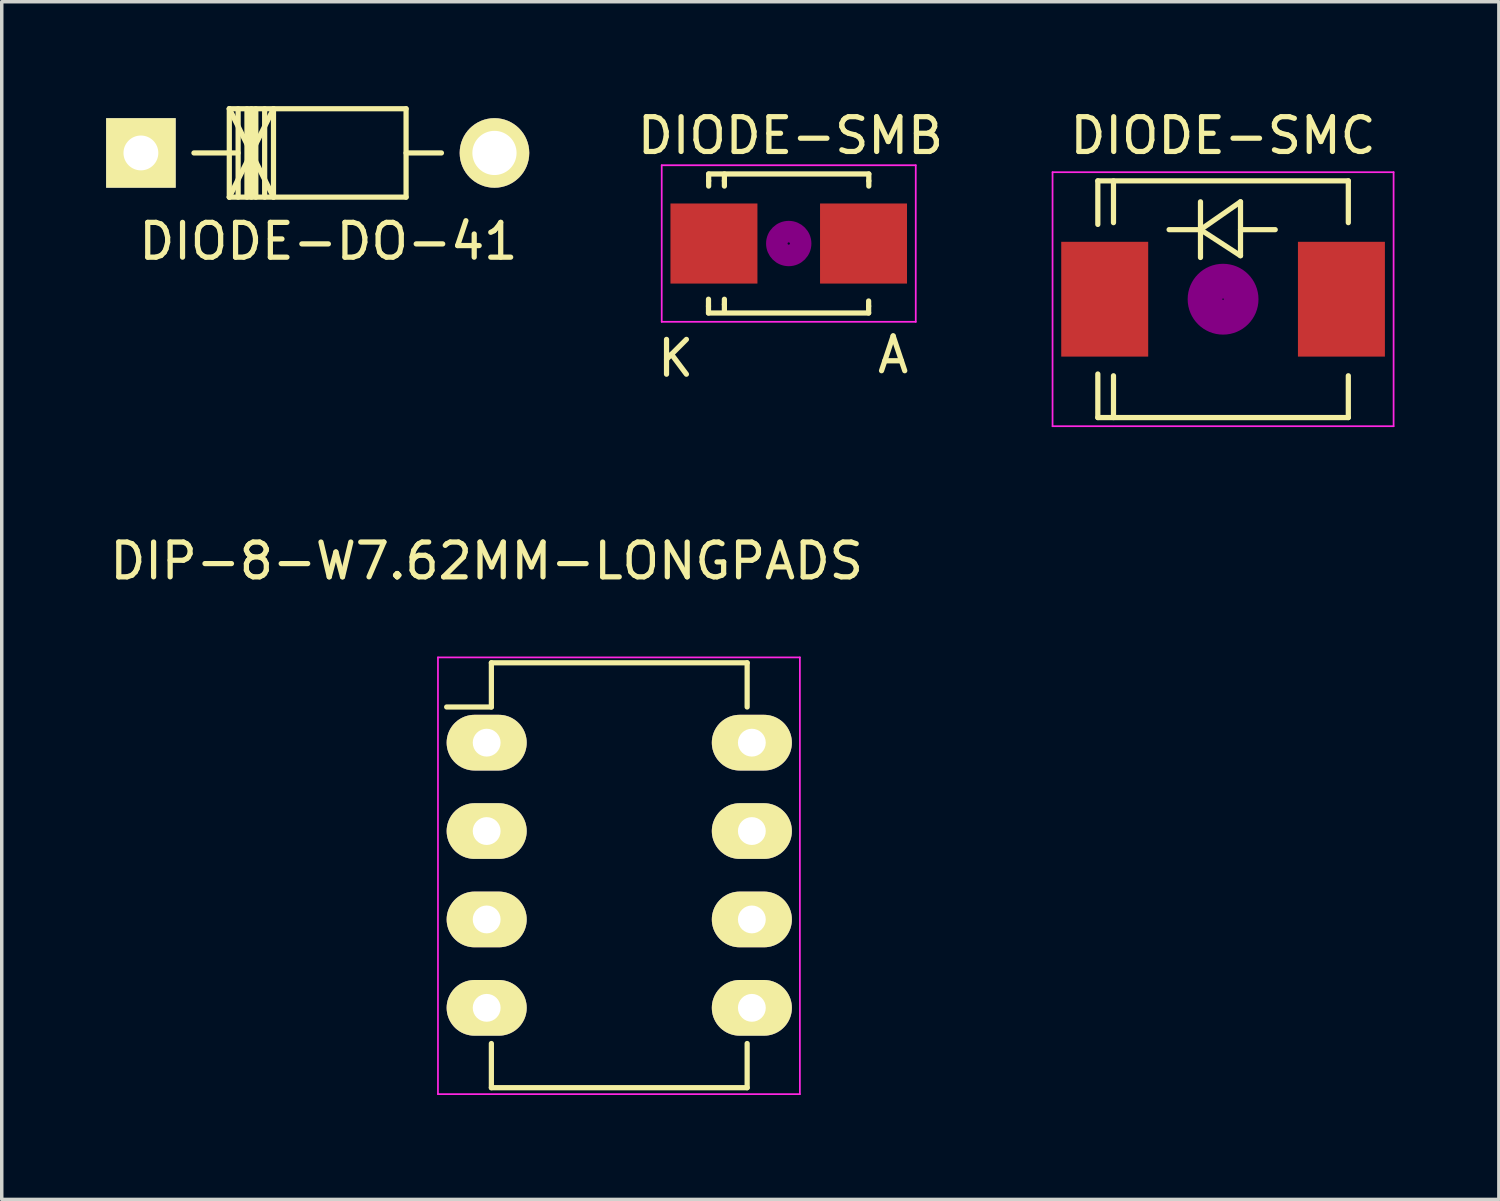
<source format=kicad_pcb>
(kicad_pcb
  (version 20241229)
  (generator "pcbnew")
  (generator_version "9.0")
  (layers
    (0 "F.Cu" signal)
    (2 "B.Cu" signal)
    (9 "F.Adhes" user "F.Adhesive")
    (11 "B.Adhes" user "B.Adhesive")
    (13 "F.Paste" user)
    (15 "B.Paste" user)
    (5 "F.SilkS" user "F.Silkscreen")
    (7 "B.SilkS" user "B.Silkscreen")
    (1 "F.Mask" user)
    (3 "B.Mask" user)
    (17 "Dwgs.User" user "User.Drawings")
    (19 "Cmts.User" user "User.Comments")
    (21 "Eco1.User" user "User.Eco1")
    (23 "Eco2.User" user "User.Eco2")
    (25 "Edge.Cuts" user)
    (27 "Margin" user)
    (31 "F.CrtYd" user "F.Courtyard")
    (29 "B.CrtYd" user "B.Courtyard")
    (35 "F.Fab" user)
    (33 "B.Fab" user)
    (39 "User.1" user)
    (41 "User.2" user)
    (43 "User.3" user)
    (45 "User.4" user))
  (footprint "DIODE-SMB"
    (layer "F.Cu")
    (at 19.615 3.948)
    (property "Reference" "DIODE-SMB" (at 0.05 -3.1 0) (layer "F.SilkS") (effects (font (size 1 1) (thickness 0.15))))
    (attr smd)
    (fp_line (start -2.306 1.8) (end -2.306 1.6) (stroke (width 0.15) (type solid)) (layer "F.SilkS"))
    (fp_line (start -2.306 1.996) (end -2.306 1.798) (stroke (width 0.15) (type solid)) (layer "F.SilkS"))
    (fp_line (start -2.306 1.996) (end 2.296 1.996) (stroke (width 0.15) (type solid)) (layer "F.SilkS"))
    (fp_line (start -2.301 -1.999) (end -2.301 -1.801) (stroke (width 0.15) (type solid)) (layer "F.SilkS"))
    (fp_line (start -2.301 -1.999) (end 2.301 -1.999) (stroke (width 0.15) (type solid)) (layer "F.SilkS"))
    (fp_line (start -2.301 -1.8) (end -2.301 -1.651) (stroke (width 0.15) (type solid)) (layer "F.SilkS"))
    (fp_line (start -1.849 -1.999) (end -1.849 -1.801) (stroke (width 0.15) (type solid)) (layer "F.SilkS"))
    (fp_line (start -1.849 -1.8) (end -1.849 -1.651) (stroke (width 0.15) (type solid)) (layer "F.SilkS"))
    (fp_line (start -1.849 1.75) (end -1.849 1.601) (stroke (width 0.15) (type solid)) (layer "F.SilkS"))
    (fp_line (start -1.849 1.949) (end -1.849 1.751) (stroke (width 0.15) (type solid)) (layer "F.SilkS"))
    (fp_line (start 2.296 1.8) (end 2.296 1.651) (stroke (width 0.15) (type solid)) (layer "F.SilkS"))
    (fp_line (start 2.296 1.996) (end 2.296 1.798) (stroke (width 0.15) (type solid)) (layer "F.SilkS"))
    (fp_line (start 2.301 -1.999) (end 2.301 -1.801) (stroke (width 0.15) (type solid)) (layer "F.SilkS"))
    (fp_line (start 2.301 -1.8) (end 2.301 -1.651) (stroke (width 0.15) (type solid)) (layer "F.SilkS"))
    (fp_circle (center 0 0) (end 0.201 0.099) (stroke (width 0.381) (type solid)) (fill no) (layer "F.Adhes"))
    (fp_circle (center 0 0) (end 0.45 0.099) (stroke (width 0.381) (type solid)) (fill no) (layer "F.Adhes"))
    (fp_line (start -3.65 -2.25) (end 3.65 -2.25) (stroke (width 0.05) (type solid)) (layer "F.CrtYd"))
    (fp_line (start -3.65 2.25) (end -3.65 -2.25) (stroke (width 0.05) (type solid)) (layer "F.CrtYd"))
    (fp_line (start 3.65 -2.25) (end 3.65 2.25) (stroke (width 0.05) (type solid)) (layer "F.CrtYd"))
    (fp_line (start 3.65 2.25) (end -3.65 2.25) (stroke (width 0.05) (type solid)) (layer "F.CrtYd"))
    (fp_text user "K" (at -3.25 3.3 0) (layer "F.SilkS") (effects (font (size 1 1) (thickness 0.15))))
    (fp_text user "A" (at 3 3.2 0) (layer "F.SilkS") (effects (font (size 1 1) (thickness 0.15))))
    (pad "1" smd rect (at -2.149 0) (size 2.499 2.301) (layers "F.Cu" "F.Mask" "F.Paste"))
    (pad "2" smd rect (at 2.149 0) (size 2.499 2.301) (layers "F.Cu" "F.Mask" "F.Paste")))
  (footprint "DIP-8-W7.62MM-LONGPADS"
    (layer "F.Cu")
    (at 10.935 18.291)
    (property "Reference" "DIP-8-W7.62MM-LONGPADS" (at 0 -5.22 0) (layer "F.SilkS") (effects (font (size 1 1) (thickness 0.15))))
    (attr through_hole)
    (fp_line (start 0.135 -2.295) (end 0.135 -1.025) (stroke (width 0.15) (type solid)) (layer "F.SilkS"))
    (fp_line (start 0.135 -2.295) (end 7.485 -2.295) (stroke (width 0.15) (type solid)) (layer "F.SilkS"))
    (fp_line (start 0.135 -1.025) (end -1.15 -1.025) (stroke (width 0.15) (type solid)) (layer "F.SilkS"))
    (fp_line (start 0.135 9.915) (end 0.135 8.645) (stroke (width 0.15) (type solid)) (layer "F.SilkS"))
    (fp_line (start 0.135 9.915) (end 7.485 9.915) (stroke (width 0.15) (type solid)) (layer "F.SilkS"))
    (fp_line (start 7.485 -2.295) (end 7.485 -1.025) (stroke (width 0.15) (type solid)) (layer "F.SilkS"))
    (fp_line (start 7.485 9.915) (end 7.485 8.645) (stroke (width 0.15) (type solid)) (layer "F.SilkS"))
    (fp_line (start -1.4 -2.45) (end -1.4 10.1) (stroke (width 0.05) (type solid)) (layer "F.CrtYd"))
    (fp_line (start -1.4 -2.45) (end 9 -2.45) (stroke (width 0.05) (type solid)) (layer "F.CrtYd"))
    (fp_line (start -1.4 10.1) (end 9 10.1) (stroke (width 0.05) (type solid)) (layer "F.CrtYd"))
    (fp_line (start 9 -2.45) (end 9 10.1) (stroke (width 0.05) (type solid)) (layer "F.CrtYd"))
    (pad "1" thru_hole oval (at 0 0) (size 2.3 1.6) (drill 0.8) (layers "*.Cu" "*.Mask" "F.SilkS"))
    (pad "2" thru_hole oval (at 0 2.54) (size 2.3 1.6) (drill 0.8) (layers "*.Cu" "*.Mask" "F.SilkS"))
    (pad "3" thru_hole oval (at 0 5.08) (size 2.3 1.6) (drill 0.8) (layers "*.Cu" "*.Mask" "F.SilkS"))
    (pad "4" thru_hole oval (at 0 7.62) (size 2.3 1.6) (drill 0.8) (layers "*.Cu" "*.Mask" "F.SilkS"))
    (pad "5" thru_hole oval (at 7.62 7.62) (size 2.3 1.6) (drill 0.8) (layers "*.Cu" "*.Mask" "F.SilkS"))
    (pad "6" thru_hole oval (at 7.62 5.08) (size 2.3 1.6) (drill 0.8) (layers "*.Cu" "*.Mask" "F.SilkS"))
    (pad "7" thru_hole oval (at 7.62 2.54) (size 2.3 1.6) (drill 0.8) (layers "*.Cu" "*.Mask" "F.SilkS"))
    (pad "8" thru_hole oval (at 7.62 0) (size 2.3 1.6) (drill 0.8) (layers "*.Cu" "*.Mask" "F.SilkS")))
  (footprint "DIODE-DO-41"
    (layer "F.Cu")
    (at 0.999 1.348)
    (property "Reference" "DIODE-DO-41" (at 5.387 2.537 0) (layer "F.SilkS") (effects (font (size 1 1) (thickness 0.15))))
    (attr through_hole)
    (fp_line (start 2.54 -1.273) (end 3.81 1.267) (stroke (width 0.15) (type solid)) (layer "F.SilkS"))
    (fp_line (start 2.54 -1.273) (end 7.62 -1.273) (stroke (width 0.15) (type solid)) (layer "F.SilkS"))
    (fp_line (start 2.54 1.267) (end 2.54 -1.273) (stroke (width 0.15) (type solid)) (layer "F.SilkS"))
    (fp_line (start 2.794 -1.273) (end 2.794 1.267) (stroke (width 0.15) (type solid)) (layer "F.SilkS"))
    (fp_line (start 2.794 -0.003) (end 1.524 -0.003) (stroke (width 0.15) (type solid)) (layer "F.SilkS"))
    (fp_line (start 3.048 -1.273) (end 3.048 1.267) (stroke (width 0.15) (type solid)) (layer "F.SilkS"))
    (fp_line (start 3.175 -1.273) (end 3.175 1.267) (stroke (width 0.15) (type solid)) (layer "F.SilkS"))
    (fp_line (start 3.302 -1.273) (end 3.302 1.267) (stroke (width 0.15) (type solid)) (layer "F.SilkS"))
    (fp_line (start 3.556 -1.273) (end 3.556 1.267) (stroke (width 0.15) (type solid)) (layer "F.SilkS"))
    (fp_line (start 3.81 -1.273) (end 2.54 1.267) (stroke (width 0.15) (type solid)) (layer "F.SilkS"))
    (fp_line (start 3.81 -1.273) (end 3.81 1.267) (stroke (width 0.15) (type solid)) (layer "F.SilkS"))
    (fp_line (start 7.62 -1.273) (end 7.62 1.267) (stroke (width 0.15) (type solid)) (layer "F.SilkS"))
    (fp_line (start 7.62 -0.003) (end 8.636 -0.003) (stroke (width 0.15) (type solid)) (layer "F.SilkS"))
    (fp_line (start 7.62 1.267) (end 2.54 1.267) (stroke (width 0.15) (type solid)) (layer "F.SilkS"))
    (pad "1" thru_hole rect (at 0 -0.003 180) (size 1.999 1.999) (drill 1.001) (layers "*.Cu" "*.Mask" "F.SilkS"))
    (pad "2" thru_hole circle (at 10.16 -0.003 180) (size 1.999 1.999) (drill 1.27) (layers "*.Cu" "*.Mask" "F.SilkS")))
  (footprint "DIODE-SMC"
    (layer "F.Cu")
    (at 32.096 5.548)
    (property "Reference" "DIODE-SMC" (at 0 -4.7 0) (layer "F.SilkS") (effects (font (size 1 1) (thickness 0.15))))
    (attr smd)
    (fp_line (start -3.599 -3.401) (end -3.599 -2.149) (stroke (width 0.15) (type solid)) (layer "F.SilkS"))
    (fp_line (start -3.599 -3.401) (end 3.599 -3.401) (stroke (width 0.15) (type solid)) (layer "F.SilkS"))
    (fp_line (start -3.599 3.401) (end -3.599 2.149) (stroke (width 0.15) (type solid)) (layer "F.SilkS"))
    (fp_line (start -3.599 3.401) (end 3.599 3.401) (stroke (width 0.15) (type solid)) (layer "F.SilkS"))
    (fp_line (start -3.149 -3.401) (end -3.149 -2.2) (stroke (width 0.15) (type solid)) (layer "F.SilkS"))
    (fp_line (start -3.149 3.401) (end -3.149 2.2) (stroke (width 0.15) (type solid)) (layer "F.SilkS"))
    (fp_line (start -0.649 -2.799) (end -0.649 -1.199) (stroke (width 0.15) (type solid)) (layer "F.SilkS"))
    (fp_line (start -0.649 -1.999) (end -1.551 -1.999) (stroke (width 0.15) (type solid)) (layer "F.SilkS"))
    (fp_line (start -0.649 -1.999) (end 0.501 -2.799) (stroke (width 0.15) (type solid)) (layer "F.SilkS"))
    (fp_line (start -0.649 -1.999) (end 0.501 -1.25) (stroke (width 0.15) (type solid)) (layer "F.SilkS"))
    (fp_line (start 0.501 -1.999) (end 1.499 -1.999) (stroke (width 0.15) (type solid)) (layer "F.SilkS"))
    (fp_line (start 0.501 -1.25) (end 0.501 -2.799) (stroke (width 0.15) (type solid)) (layer "F.SilkS"))
    (fp_line (start 3.599 -3.401) (end 3.599 -2.2) (stroke (width 0.15) (type solid)) (layer "F.SilkS"))
    (fp_line (start 3.599 3.401) (end 3.599 2.2) (stroke (width 0.15) (type solid)) (layer "F.SilkS"))
    (fp_circle (center 0 0) (end 0.15 0.15) (stroke (width 0.381) (type solid)) (fill no) (layer "F.Adhes"))
    (fp_circle (center 0 0) (end 0.45 0.201) (stroke (width 0.381) (type solid)) (fill no) (layer "F.Adhes"))
    (fp_circle (center 0 0) (end 0.749 0.351) (stroke (width 0.381) (type solid)) (fill no) (layer "F.Adhes"))
    (fp_line (start -4.9 -3.65) (end 4.9 -3.65) (stroke (width 0.05) (type solid)) (layer "F.CrtYd"))
    (fp_line (start -4.9 3.65) (end -4.9 -3.65) (stroke (width 0.05) (type solid)) (layer "F.CrtYd"))
    (fp_line (start 4.9 -3.65) (end 4.9 3.65) (stroke (width 0.05) (type solid)) (layer "F.CrtYd"))
    (fp_line (start 4.9 3.65) (end -4.9 3.65) (stroke (width 0.05) (type solid)) (layer "F.CrtYd"))
    (pad "1" smd rect (at -3.401 0 90) (size 3.299 2.499) (layers "F.Cu" "F.Mask" "F.Paste"))
    (pad "2" smd rect (at 3.401 0 90) (size 3.299 2.499) (layers "F.Cu" "F.Mask" "F.Paste")))
  (gr_rect
    (start -3 -3)
    (end 40.021 31.416)
    (stroke (width 0.1) (type default))
    (fill no)
    (layer "Edge.Cuts")))
</source>
